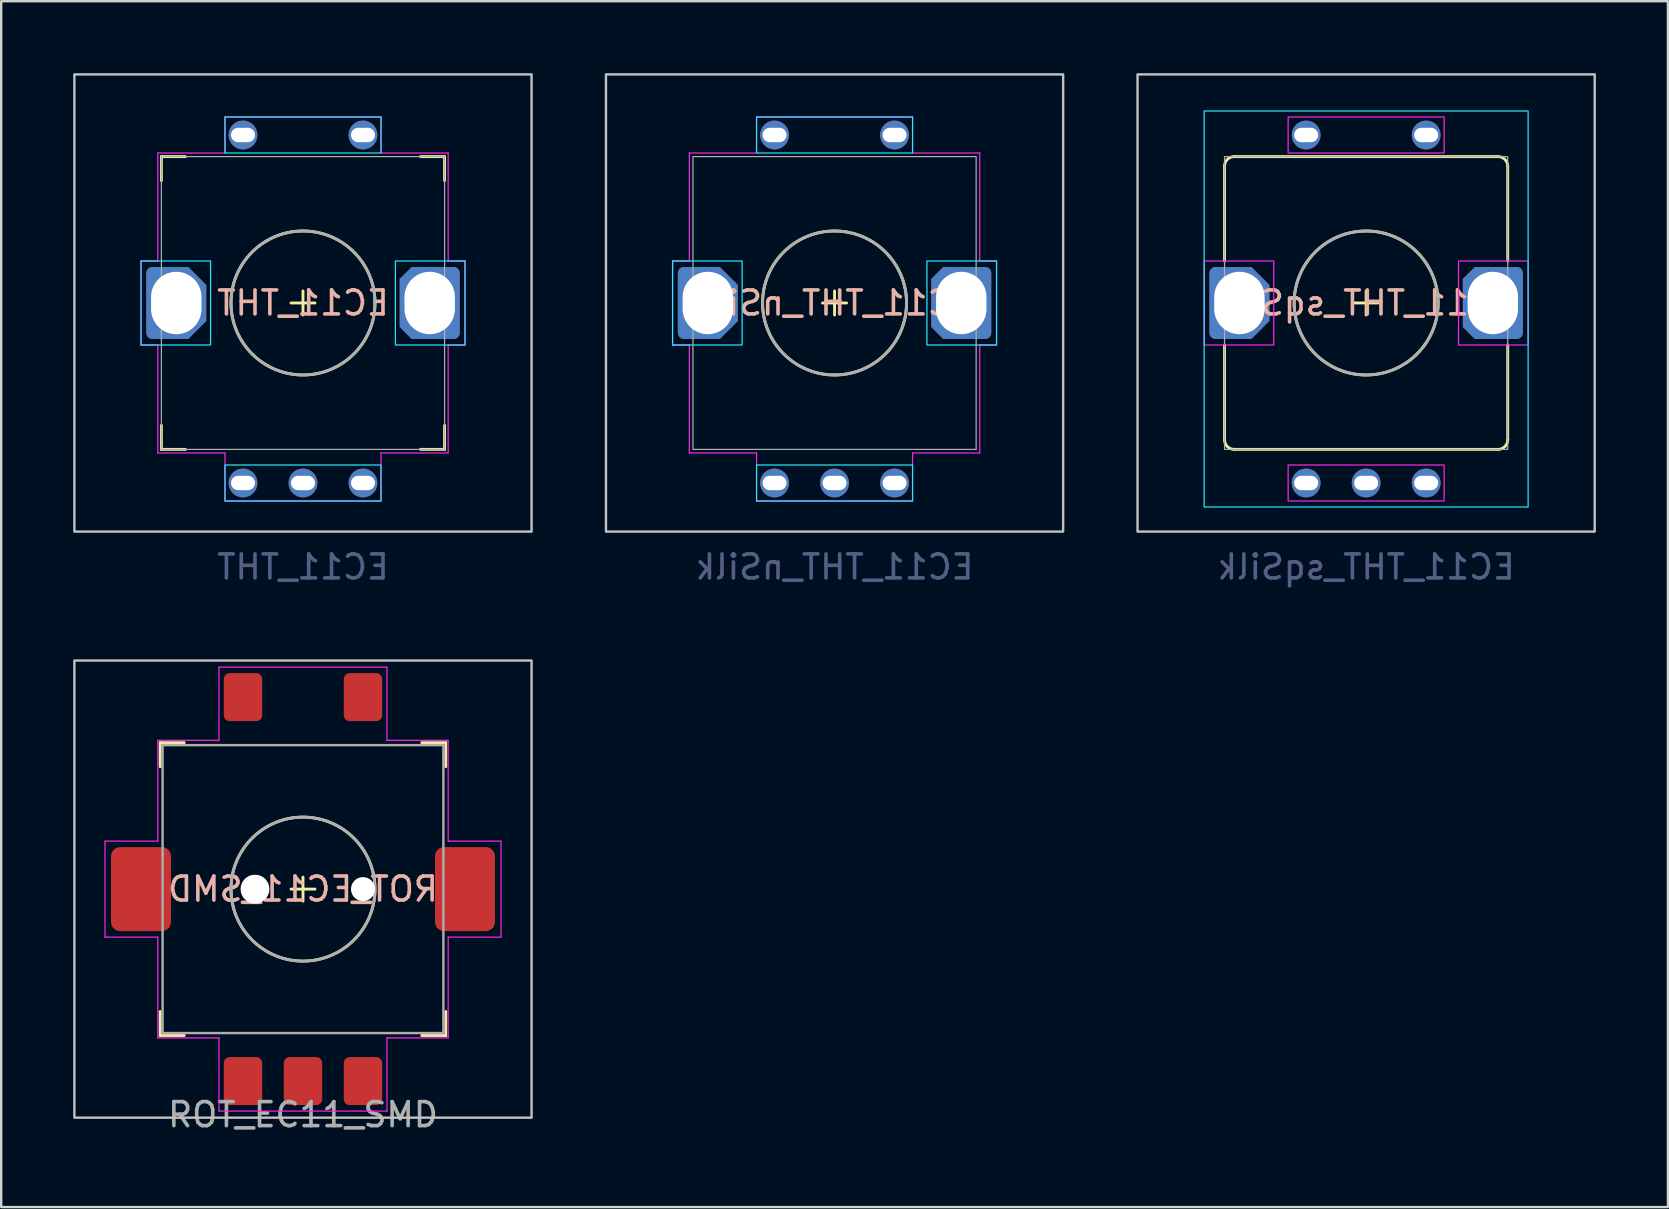
<source format=kicad_pcb>
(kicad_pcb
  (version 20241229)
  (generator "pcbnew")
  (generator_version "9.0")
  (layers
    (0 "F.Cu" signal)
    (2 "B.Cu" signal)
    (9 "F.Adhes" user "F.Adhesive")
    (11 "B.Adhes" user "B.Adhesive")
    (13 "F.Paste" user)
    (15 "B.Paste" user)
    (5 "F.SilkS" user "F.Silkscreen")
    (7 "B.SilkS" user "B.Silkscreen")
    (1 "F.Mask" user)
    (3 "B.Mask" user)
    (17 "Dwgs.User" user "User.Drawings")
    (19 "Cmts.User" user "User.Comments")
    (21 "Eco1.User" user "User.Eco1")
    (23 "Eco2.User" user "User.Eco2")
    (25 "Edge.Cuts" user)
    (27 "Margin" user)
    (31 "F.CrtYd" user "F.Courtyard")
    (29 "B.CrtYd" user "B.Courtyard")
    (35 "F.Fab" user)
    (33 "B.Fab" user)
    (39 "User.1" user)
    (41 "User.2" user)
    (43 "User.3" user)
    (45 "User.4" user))
  (footprint "EC11_THT_sqSilk"
    (layer "F.Cu")
    (at 53.875 9.575)
    (property "Reference" "EC11_THT_sqSilk" (at 0 0 0) (layer "B.SilkS") (effects (font (size 1 1) (thickness 0.15)) (justify mirror)))
    (attr through_hole)
    (fp_line (start -5.9 -1.75) (end -5.9 -5.7) (stroke (width 0.12) (type default)) (layer "F.SilkS"))
    (fp_line (start -5.9 5.7) (end -5.9 1.75) (stroke (width 0.12) (type default)) (layer "F.SilkS"))
    (fp_line (start -5.5 -6.1) (end 5.5 -6.1) (stroke (width 0.12) (type default)) (layer "F.SilkS"))
    (fp_line (start 0 0.5) (end 0 -0.5) (stroke (width 0.12) (type solid)) (layer "F.SilkS"))
    (fp_line (start 0.5 0) (end -0.5 0) (stroke (width 0.12) (type solid)) (layer "F.SilkS"))
    (fp_line (start 5.5 6.1) (end -5.5 6.1) (stroke (width 0.12) (type default)) (layer "F.SilkS"))
    (fp_line (start 5.9 -5.7) (end 5.9 -1.75) (stroke (width 0.12) (type default)) (layer "F.SilkS"))
    (fp_line (start 5.9 5.7) (end 5.9 1.75) (stroke (width 0.12) (type default)) (layer "F.SilkS"))
    (fp_arc (start -5.9 -5.7) (mid -5.782843 -5.982843) (end -5.5 -6.1) (stroke (width 0.12) (type default)) (layer "F.SilkS"))
    (fp_arc (start -5.5 6.1) (mid -5.782843 5.982843) (end -5.9 5.7) (stroke (width 0.12) (type default)) (layer "F.SilkS"))
    (fp_arc (start 5.5 -6.1) (mid 5.782843 -5.982843) (end 5.9 -5.7) (stroke (width 0.12) (type default)) (layer "F.SilkS"))
    (fp_arc (start 5.9 5.7) (mid 5.782843 5.982843) (end 5.5 6.1) (stroke (width 0.12) (type default)) (layer "F.SilkS"))
    (fp_circle (center 0 0) (end 0 -3) (stroke (width 0.12) (type solid)) (fill no) (layer "F.SilkS"))
    (fp_rect (start -9.525 -9.525) (end 9.525 9.525) (stroke (width 0.1) (type default)) (fill no) (layer "Dwgs.User"))
    (fp_rect (start -6.75 -8) (end 6.75 8.5) (stroke (width 0.05) (type default)) (fill no) (layer "B.CrtYd"))
    (fp_rect (start -6.75 -1.75) (end -3.85 1.75) (stroke (width 0.05) (type default)) (fill no) (layer "F.CrtYd"))
    (fp_rect (start -3.25 -7.75) (end 3.25 -6.25) (stroke (width 0.05) (type default)) (fill no) (layer "F.CrtYd"))
    (fp_rect (start -3.25 6.75) (end 3.25 8.25) (stroke (width 0.05) (type default)) (fill no) (layer "F.CrtYd"))
    (fp_rect (start 3.85 -1.75) (end 6.75 1.75) (stroke (width 0.05) (type default)) (fill no) (layer "F.CrtYd"))
    (fp_rect (start -5.9 -6.1) (end 5.9 6.1) (stroke (width 0.05) (type default)) (fill no) (layer "F.Fab"))
    (fp_circle (center 0 0) (end 0 -3) (stroke (width 0.12) (type solid)) (fill no) (layer "F.Fab"))
    (fp_text user "${REFERENCE}" (at 0 11 0) (layer "B.Fab") (effects (font (size 1 1) (thickness 0.15)) (justify mirror)))
    (pad "A" thru_hole circle (at -2.5 7.5) (size 1.2 1.2) (drill oval 1 0.6) (layers "*.Cu" "*.Mask"))
    (pad "B" thru_hole circle (at 2.5 7.5) (size 1.2 1.2) (drill oval 1 0.6) (layers "*.Cu" "*.Mask"))
    (pad "C" thru_hole circle (at 0 7.5) (size 1.2 1.2) (drill oval 1 0.6) (layers "*.Cu" "*.Mask"))
    (pad "MP" thru_hole roundrect (at -5.28 0) (size 2.5 3) (drill oval 2.1 2.6) (layers "*.Cu" "*.Mask") (roundrect_rratio 0.1) (chamfer_ratio 0.3) (chamfer top_right bottom_right))
    (pad "MP" thru_hole roundrect (at 5.28 0 180) (size 2.5 3) (drill oval 2.1 2.6) (layers "*.Cu" "*.Mask") (roundrect_rratio 0.1) (chamfer_ratio 0.2) (chamfer top_right bottom_right))
    (pad "S1" thru_hole circle (at 2.5 -7) (size 1.2 1.2) (drill oval 1 0.6) (layers "*.Cu" "*.Mask"))
    (pad "S2" thru_hole circle (at -2.5 -7) (size 1.2 1.2) (drill oval 1 0.6) (layers "*.Cu" "*.Mask")))
  (footprint "EC11_THT"
    (layer "F.Cu")
    (at 9.575 9.575)
    (property "Reference" "EC11_THT" (at 0 0 0) (layer "B.SilkS") (effects (font (size 1 1) (thickness 0.15)) (justify mirror)))
    (attr through_hole)
    (fp_line (start -5.9 -6.1) (end -5.9 -5.1) (stroke (width 0.12) (type solid)) (layer "F.SilkS"))
    (fp_line (start -5.9 5.1) (end -5.9 6.1) (stroke (width 0.12) (type solid)) (layer "F.SilkS"))
    (fp_line (start -5.9 6.1) (end -4.9 6.1) (stroke (width 0.12) (type solid)) (layer "F.SilkS"))
    (fp_line (start -4.9 -6.1) (end -5.9 -6.1) (stroke (width 0.12) (type solid)) (layer "F.SilkS"))
    (fp_line (start 0 0.5) (end 0 -0.5) (stroke (width 0.12) (type solid)) (layer "F.SilkS"))
    (fp_line (start 0.5 0) (end -0.5 0) (stroke (width 0.12) (type solid)) (layer "F.SilkS"))
    (fp_line (start 4.9 6.1) (end 5.9 6.1) (stroke (width 0.12) (type solid)) (layer "F.SilkS"))
    (fp_line (start 5.9 -6.1) (end 4.9 -6.1) (stroke (width 0.12) (type solid)) (layer "F.SilkS"))
    (fp_line (start 5.9 -5.1) (end 5.9 -6.1) (stroke (width 0.12) (type solid)) (layer "F.SilkS"))
    (fp_line (start 5.9 6.1) (end 5.9 5.1) (stroke (width 0.12) (type solid)) (layer "F.SilkS"))
    (fp_circle (center 0 0) (end 0 -3) (stroke (width 0.12) (type solid)) (fill no) (layer "F.SilkS"))
    (fp_rect (start -9.525 -9.525) (end 9.525 9.525) (stroke (width 0.1) (type default)) (fill no) (layer "Dwgs.User"))
    (fp_rect (start -6.75 -1.75) (end -3.85 1.75) (stroke (width 0.05) (type default)) (fill no) (layer "B.CrtYd"))
    (fp_rect (start -3.25 -7.75) (end 3.25 -6.25) (stroke (width 0.05) (type default)) (fill no) (layer "B.CrtYd"))
    (fp_rect (start -3.25 6.75) (end 3.25 8.25) (stroke (width 0.05) (type default)) (fill no) (layer "B.CrtYd"))
    (fp_rect (start 3.85 -1.75) (end 6.75 1.75) (stroke (width 0.05) (type default)) (fill no) (layer "B.CrtYd"))
    (fp_line (start -6.75 -1.75) (end -6.75 1.75) (stroke (width 0.05) (type default)) (layer "F.CrtYd"))
    (fp_line (start -6.75 1.75) (end -6.05 1.75) (stroke (width 0.05) (type default)) (layer "F.CrtYd"))
    (fp_line (start -6.05 -6.25) (end -6.05 -1.75) (stroke (width 0.05) (type default)) (layer "F.CrtYd"))
    (fp_line (start -6.05 -1.75) (end -6.75 -1.75) (stroke (width 0.05) (type default)) (layer "F.CrtYd"))
    (fp_line (start -6.05 1.75) (end -6.05 6.25) (stroke (width 0.05) (type default)) (layer "F.CrtYd"))
    (fp_line (start -6.05 6.25) (end -3.25 6.25) (stroke (width 0.05) (type default)) (layer "F.CrtYd"))
    (fp_line (start -3.25 -7.75) (end -3.25 -6.25) (stroke (width 0.05) (type default)) (layer "F.CrtYd"))
    (fp_line (start -3.25 -6.25) (end -6.05 -6.25) (stroke (width 0.05) (type default)) (layer "F.CrtYd"))
    (fp_line (start -3.25 6.25) (end -3.25 8.25) (stroke (width 0.05) (type default)) (layer "F.CrtYd"))
    (fp_line (start -3.25 8.25) (end 3.25 8.25) (stroke (width 0.05) (type default)) (layer "F.CrtYd"))
    (fp_line (start 3.25 -7.75) (end -3.25 -7.75) (stroke (width 0.05) (type default)) (layer "F.CrtYd"))
    (fp_line (start 3.25 -6.25) (end 3.25 -7.75) (stroke (width 0.05) (type default)) (layer "F.CrtYd"))
    (fp_line (start 3.25 6.25) (end 6.05 6.25) (stroke (width 0.05) (type default)) (layer "F.CrtYd"))
    (fp_line (start 3.25 8.25) (end 3.25 6.25) (stroke (width 0.05) (type default)) (layer "F.CrtYd"))
    (fp_line (start 6.05 -6.25) (end 3.25 -6.25) (stroke (width 0.05) (type default)) (layer "F.CrtYd"))
    (fp_line (start 6.05 -1.75) (end 6.05 -6.25) (stroke (width 0.05) (type default)) (layer "F.CrtYd"))
    (fp_line (start 6.05 1.75) (end 6.75 1.75) (stroke (width 0.05) (type default)) (layer "F.CrtYd"))
    (fp_line (start 6.05 6.25) (end 6.05 1.75) (stroke (width 0.05) (type default)) (layer "F.CrtYd"))
    (fp_line (start 6.75 -1.75) (end 6.05 -1.75) (stroke (width 0.05) (type default)) (layer "F.CrtYd"))
    (fp_line (start 6.75 1.75) (end 6.75 -1.75) (stroke (width 0.05) (type default)) (layer "F.CrtYd"))
    (fp_rect (start -5.9 -6.1) (end 5.9 6.1) (stroke (width 0.05) (type default)) (fill no) (layer "F.Fab"))
    (fp_circle (center 0 0) (end 0 -3) (stroke (width 0.12) (type solid)) (fill no) (layer "F.Fab"))
    (fp_text user "${REFERENCE}" (at 0 11 0) (layer "B.Fab") (effects (font (size 1 1) (thickness 0.15)) (justify mirror)))
    (pad "A" thru_hole circle (at -2.5 7.5) (size 1.2 1.2) (drill oval 1 0.6) (layers "*.Cu" "*.Mask"))
    (pad "B" thru_hole circle (at 2.5 7.5) (size 1.2 1.2) (drill oval 1 0.6) (layers "*.Cu" "*.Mask"))
    (pad "C" thru_hole circle (at 0 7.5) (size 1.2 1.2) (drill oval 1 0.6) (layers "*.Cu" "*.Mask"))
    (pad "MP" thru_hole roundrect (at -5.28 0) (size 2.5 3) (drill oval 2.1 2.6) (layers "*.Cu" "*.Mask") (roundrect_rratio 0.1) (chamfer_ratio 0.3) (chamfer top_right bottom_right))
    (pad "MP" thru_hole roundrect (at 5.28 0 180) (size 2.5 3) (drill oval 2.1 2.6) (layers "*.Cu" "*.Mask") (roundrect_rratio 0.1) (chamfer_ratio 0.2) (chamfer top_right bottom_right))
    (pad "S1" thru_hole circle (at -2.5 -7 180) (size 1.2 1.2) (drill oval 1 0.6) (layers "*.Cu" "*.Mask"))
    (pad "S2" thru_hole circle (at 2.5 -7 180) (size 1.2 1.2) (drill oval 1 0.6) (layers "*.Cu" "*.Mask")))
  (footprint "ROT_EC11_SMD"
    (layer "F.Cu")
    (at 9.575 33.998)
    (property "Reference" "ROT_EC11_SMD" (at 0 0 0) (layer "B.SilkS") (effects (font (size 1 1) (thickness 0.15)) (justify mirror)))
    (attr smd)
    (fp_line (start -5.95 -6.1) (end -5.95 -5.1) (stroke (width 0.12) (type solid)) (layer "F.SilkS"))
    (fp_line (start -5.95 5.1) (end -5.95 6.1) (stroke (width 0.12) (type solid)) (layer "F.SilkS"))
    (fp_line (start -5.95 6.1) (end -4.95 6.1) (stroke (width 0.12) (type solid)) (layer "F.SilkS"))
    (fp_line (start -4.95 -6.1) (end -5.95 -6.1) (stroke (width 0.12) (type solid)) (layer "F.SilkS"))
    (fp_line (start 0 0.5) (end 0 -0.5) (stroke (width 0.12) (type solid)) (layer "F.SilkS"))
    (fp_line (start 0.5 0) (end -0.5 0) (stroke (width 0.12) (type solid)) (layer "F.SilkS"))
    (fp_line (start 4.95 6.1) (end 5.95 6.1) (stroke (width 0.12) (type solid)) (layer "F.SilkS"))
    (fp_line (start 5.95 -6.1) (end 4.95 -6.1) (stroke (width 0.12) (type solid)) (layer "F.SilkS"))
    (fp_line (start 5.95 -5.1) (end 5.95 -6.1) (stroke (width 0.12) (type solid)) (layer "F.SilkS"))
    (fp_line (start 5.95 6.1) (end 5.95 5.1) (stroke (width 0.12) (type solid)) (layer "F.SilkS"))
    (fp_circle (center 0 0) (end 0 -3) (stroke (width 0.12) (type solid)) (fill no) (layer "F.SilkS"))
    (fp_rect (start -9.525 -9.525) (end 9.525 9.525) (stroke (width 0.1) (type default)) (fill no) (layer "Dwgs.User"))
    (fp_line (start -8.25 -2) (end -8.25 2) (stroke (width 0.05) (type default)) (layer "F.CrtYd"))
    (fp_line (start -8.25 2) (end -6.05 2) (stroke (width 0.05) (type default)) (layer "F.CrtYd"))
    (fp_line (start -6.05 -6.2) (end -6.05 -2) (stroke (width 0.05) (type default)) (layer "F.CrtYd"))
    (fp_line (start -6.05 -2) (end -8.25 -2) (stroke (width 0.05) (type default)) (layer "F.CrtYd"))
    (fp_line (start -6.05 2) (end -6.05 6.2) (stroke (width 0.05) (type default)) (layer "F.CrtYd"))
    (fp_line (start -6.05 6.2) (end -3.5 6.2) (stroke (width 0.05) (type default)) (layer "F.CrtYd"))
    (fp_line (start -3.5 -9.25) (end -3.5 -6.2) (stroke (width 0.05) (type default)) (layer "F.CrtYd"))
    (fp_line (start -3.5 -6.2) (end -6.05 -6.2) (stroke (width 0.05) (type default)) (layer "F.CrtYd"))
    (fp_line (start -3.5 6.2) (end -3.5 9.25) (stroke (width 0.05) (type default)) (layer "F.CrtYd"))
    (fp_line (start -3.5 9.25) (end 3.5 9.25) (stroke (width 0.05) (type default)) (layer "F.CrtYd"))
    (fp_line (start 3.5 -9.25) (end -3.5 -9.25) (stroke (width 0.05) (type default)) (layer "F.CrtYd"))
    (fp_line (start 3.5 -6.2) (end 3.5 -9.25) (stroke (width 0.05) (type default)) (layer "F.CrtYd"))
    (fp_line (start 3.5 6.2) (end 6.05 6.2) (stroke (width 0.05) (type default)) (layer "F.CrtYd"))
    (fp_line (start 3.5 9.25) (end 3.5 6.2) (stroke (width 0.05) (type default)) (layer "F.CrtYd"))
    (fp_line (start 6.05 -6.2) (end 3.5 -6.2) (stroke (width 0.05) (type default)) (layer "F.CrtYd"))
    (fp_line (start 6.05 -2) (end 6.05 -6.2) (stroke (width 0.05) (type default)) (layer "F.CrtYd"))
    (fp_line (start 6.05 2) (end 8.25 2) (stroke (width 0.05) (type default)) (layer "F.CrtYd"))
    (fp_line (start 6.05 6.2) (end 6.05 2) (stroke (width 0.05) (type default)) (layer "F.CrtYd"))
    (fp_line (start 8.25 -2) (end 6.05 -2) (stroke (width 0.05) (type default)) (layer "F.CrtYd"))
    (fp_line (start 8.25 2) (end 8.25 -2) (stroke (width 0.05) (type default)) (layer "F.CrtYd"))
    (fp_rect (start -5.85 -6) (end 5.85 6) (stroke (width 0.1) (type default)) (fill no) (layer "F.Fab"))
    (fp_circle (center 0 0) (end 0 -3) (stroke (width 0.12) (type solid)) (fill no) (layer "F.Fab"))
    (fp_text user "${REFERENCE}" (at 0 9.4 180) (layer "F.Fab") (effects (font (size 1 1) (thickness 0.15))))
    (pad "" np_thru_hole circle (at -2 0) (size 1.2 1.2) (drill 1.2) (layers "*.Cu" "*.Mask"))
    (pad "" np_thru_hole circle (at 2.5 0) (size 1 1) (drill 1) (layers "*.Cu" "*.Mask"))
    (pad "A" smd roundrect (at -2.5 8) (size 1.6 2) (layers "F.Cu" "F.Mask") (roundrect_rratio 0.15))
    (pad "B" smd roundrect (at 2.5 8) (size 1.6 2) (layers "F.Cu" "F.Mask") (roundrect_rratio 0.15))
    (pad "C" smd roundrect (at 0 8) (size 1.6 2) (layers "F.Cu" "F.Mask") (roundrect_rratio 0.15))
    (pad "MP" smd roundrect (at -6.75 0) (size 2.5 3.5) (layers "F.Cu" "F.Mask") (roundrect_rratio 0.15))
    (pad "MP" smd roundrect (at 6.75 0 180) (size 2.5 3.5) (layers "F.Cu" "F.Mask") (roundrect_rratio 0.15))
    (pad "S1" smd roundrect (at -2.5 -8 180) (size 1.6 2) (layers "F.Cu" "F.Mask") (roundrect_rratio 0.15))
    (pad "S2" smd roundrect (at 2.5 -8 180) (size 1.6 2) (layers "F.Cu" "F.Mask") (roundrect_rratio 0.15)))
  (footprint "EC11_THT_nSilk"
    (layer "F.Cu")
    (at 31.725 9.575)
    (property "Reference" "EC11_THT_nSilk" (at 0 0 0) (layer "B.SilkS") (effects (font (size 1 1) (thickness 0.15)) (justify mirror)))
    (attr through_hole)
    (fp_line (start 0 0.5) (end 0 -0.5) (stroke (width 0.12) (type solid)) (layer "F.SilkS"))
    (fp_line (start 0.5 0) (end -0.5 0) (stroke (width 0.12) (type solid)) (layer "F.SilkS"))
    (fp_circle (center 0 0) (end 0 -3) (stroke (width 0.12) (type solid)) (fill no) (layer "F.SilkS"))
    (fp_rect (start -9.525 -9.525) (end 9.525 9.525) (stroke (width 0.1) (type default)) (fill no) (layer "Dwgs.User"))
    (fp_rect (start -6.75 -1.75) (end -3.85 1.75) (stroke (width 0.05) (type default)) (fill no) (layer "B.CrtYd"))
    (fp_rect (start -3.25 -7.75) (end 3.25 -6.25) (stroke (width 0.05) (type default)) (fill no) (layer "B.CrtYd"))
    (fp_rect (start -3.25 6.75) (end 3.25 8.25) (stroke (width 0.05) (type default)) (fill no) (layer "B.CrtYd"))
    (fp_rect (start 3.85 -1.75) (end 6.75 1.75) (stroke (width 0.05) (type default)) (fill no) (layer "B.CrtYd"))
    (fp_line (start -6.75 -1.75) (end -6.75 1.75) (stroke (width 0.05) (type default)) (layer "F.CrtYd"))
    (fp_line (start -6.75 1.75) (end -6.05 1.75) (stroke (width 0.05) (type default)) (layer "F.CrtYd"))
    (fp_line (start -6.05 -6.25) (end -6.05 -1.75) (stroke (width 0.05) (type default)) (layer "F.CrtYd"))
    (fp_line (start -6.05 -1.75) (end -6.75 -1.75) (stroke (width 0.05) (type default)) (layer "F.CrtYd"))
    (fp_line (start -6.05 1.75) (end -6.05 6.25) (stroke (width 0.05) (type default)) (layer "F.CrtYd"))
    (fp_line (start -6.05 6.25) (end -3.25 6.25) (stroke (width 0.05) (type default)) (layer "F.CrtYd"))
    (fp_line (start -3.25 -7.75) (end -3.25 -6.25) (stroke (width 0.05) (type default)) (layer "F.CrtYd"))
    (fp_line (start -3.25 -6.25) (end -6.05 -6.25) (stroke (width 0.05) (type default)) (layer "F.CrtYd"))
    (fp_line (start -3.25 6.25) (end -3.25 8.25) (stroke (width 0.05) (type default)) (layer "F.CrtYd"))
    (fp_line (start -3.25 8.25) (end 3.25 8.25) (stroke (width 0.05) (type default)) (layer "F.CrtYd"))
    (fp_line (start 3.25 -7.75) (end -3.25 -7.75) (stroke (width 0.05) (type default)) (layer "F.CrtYd"))
    (fp_line (start 3.25 -6.25) (end 3.25 -7.75) (stroke (width 0.05) (type default)) (layer "F.CrtYd"))
    (fp_line (start 3.25 6.25) (end 6.05 6.25) (stroke (width 0.05) (type default)) (layer "F.CrtYd"))
    (fp_line (start 3.25 8.25) (end 3.25 6.25) (stroke (width 0.05) (type default)) (layer "F.CrtYd"))
    (fp_line (start 6.05 -6.25) (end 3.25 -6.25) (stroke (width 0.05) (type default)) (layer "F.CrtYd"))
    (fp_line (start 6.05 -1.75) (end 6.05 -6.25) (stroke (width 0.05) (type default)) (layer "F.CrtYd"))
    (fp_line (start 6.05 1.75) (end 6.75 1.75) (stroke (width 0.05) (type default)) (layer "F.CrtYd"))
    (fp_line (start 6.05 6.25) (end 6.05 1.75) (stroke (width 0.05) (type default)) (layer "F.CrtYd"))
    (fp_line (start 6.75 -1.75) (end 6.05 -1.75) (stroke (width 0.05) (type default)) (layer "F.CrtYd"))
    (fp_line (start 6.75 1.75) (end 6.75 -1.75) (stroke (width 0.05) (type default)) (layer "F.CrtYd"))
    (fp_rect (start -5.9 -6.1) (end 5.9 6.1) (stroke (width 0.05) (type default)) (fill no) (layer "F.Fab"))
    (fp_circle (center 0 0) (end 0 -3) (stroke (width 0.12) (type solid)) (fill no) (layer "F.Fab"))
    (fp_text user "${REFERENCE}" (at 0 11 0) (layer "B.Fab") (effects (font (size 1 1) (thickness 0.15)) (justify mirror)))
    (pad "A" thru_hole circle (at -2.5 7.5) (size 1.2 1.2) (drill oval 1 0.6) (layers "*.Cu" "*.Mask"))
    (pad "B" thru_hole circle (at 2.5 7.5) (size 1.2 1.2) (drill oval 1 0.6) (layers "*.Cu" "*.Mask"))
    (pad "C" thru_hole circle (at 0 7.5) (size 1.2 1.2) (drill oval 1 0.6) (layers "*.Cu" "*.Mask"))
    (pad "MP" thru_hole roundrect (at -5.28 0) (size 2.5 3) (drill oval 2.1 2.6) (layers "*.Cu" "*.Mask") (roundrect_rratio 0.1) (chamfer_ratio 0.3) (chamfer top_right bottom_right))
    (pad "MP" thru_hole roundrect (at 5.28 0 180) (size 2.5 3) (drill oval 2.1 2.6) (layers "*.Cu" "*.Mask") (roundrect_rratio 0.1) (chamfer_ratio 0.2) (chamfer top_right bottom_right))
    (pad "S1" thru_hole circle (at -2.5 -7 180) (size 1.2 1.2) (drill oval 1 0.6) (layers "*.Cu" "*.Mask"))
    (pad "S2" thru_hole circle (at 2.5 -7 180) (size 1.2 1.2) (drill oval 1 0.6) (layers "*.Cu" "*.Mask")))
  (gr_rect
    (start -3 -3)
    (end 66.45 47.246)
    (stroke (width 0.1) (type default))
    (fill no)
    (layer "Edge.Cuts")))
</source>
